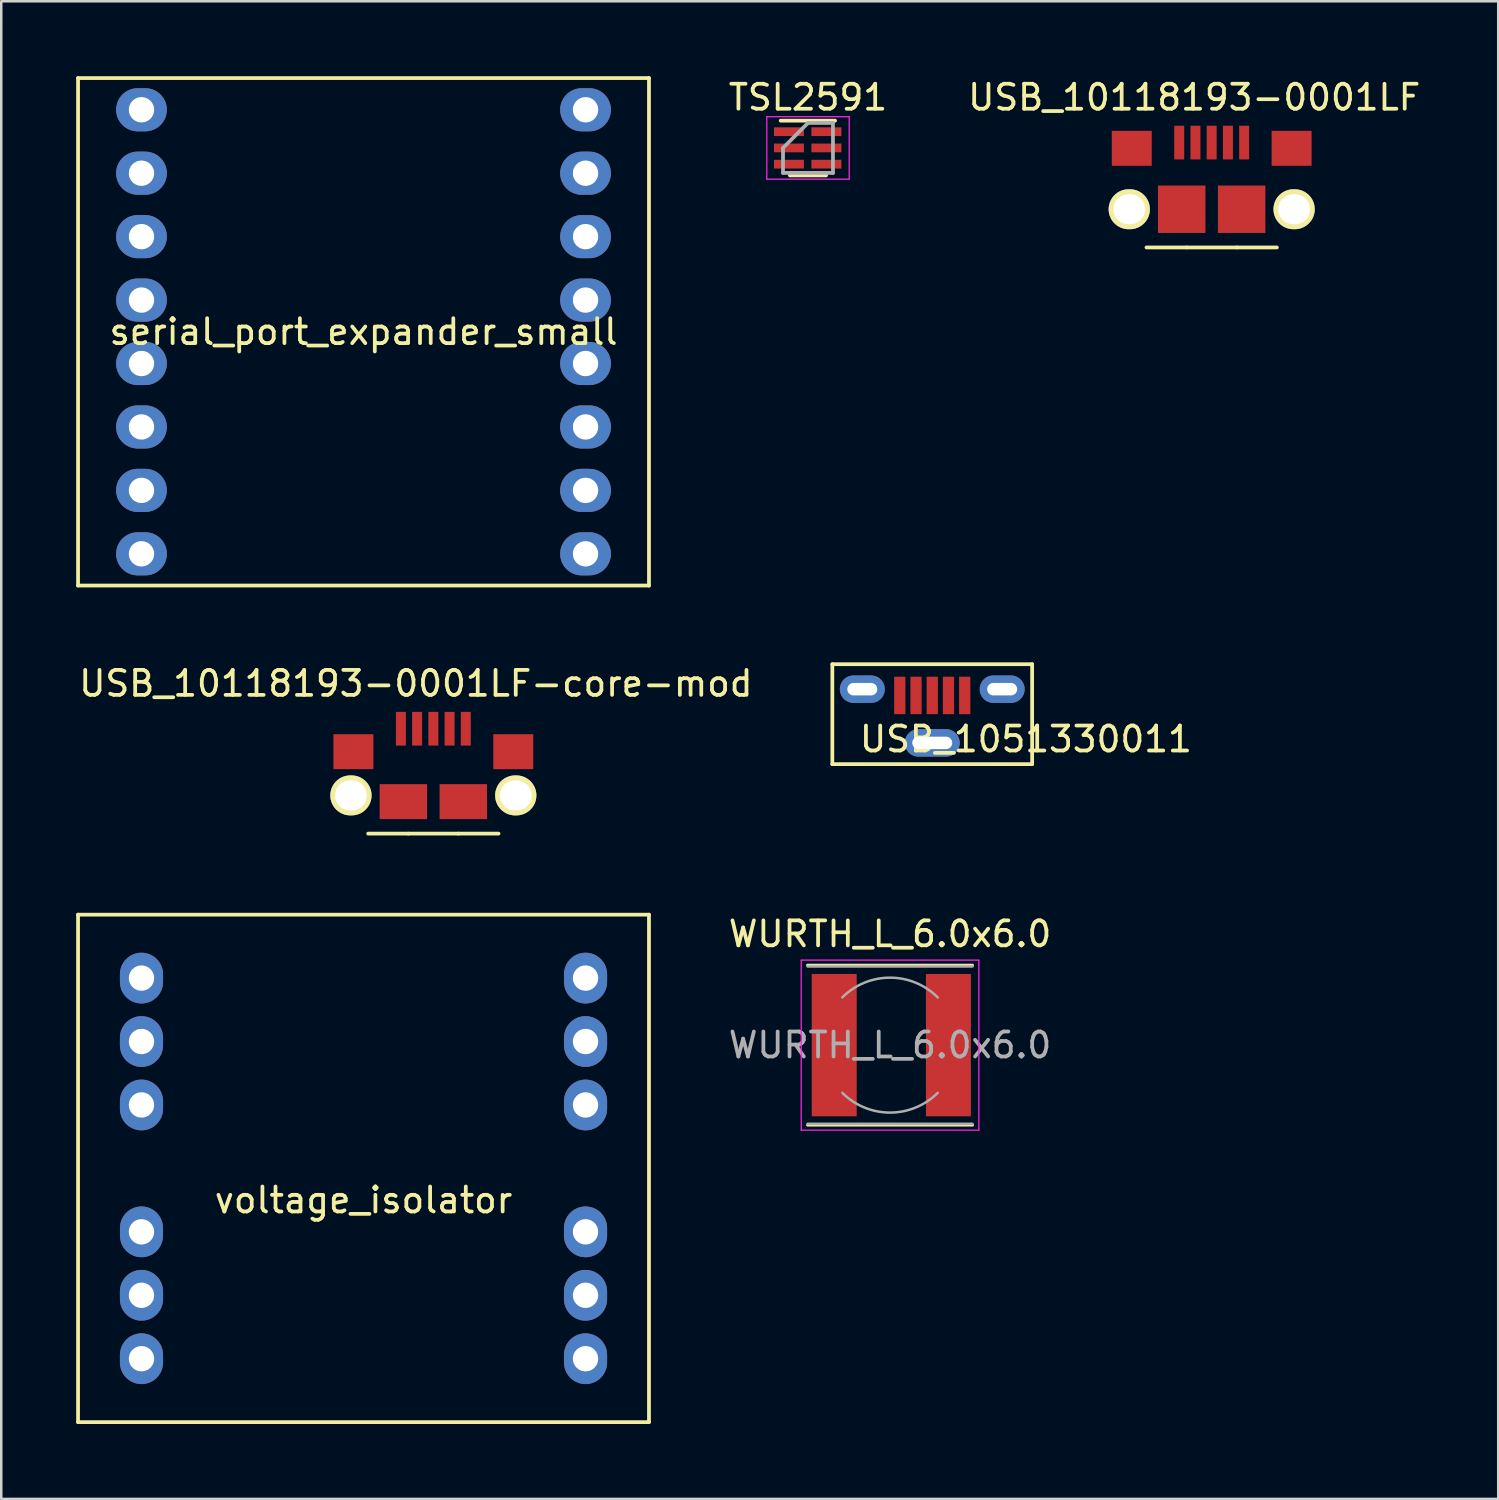
<source format=kicad_pcb>
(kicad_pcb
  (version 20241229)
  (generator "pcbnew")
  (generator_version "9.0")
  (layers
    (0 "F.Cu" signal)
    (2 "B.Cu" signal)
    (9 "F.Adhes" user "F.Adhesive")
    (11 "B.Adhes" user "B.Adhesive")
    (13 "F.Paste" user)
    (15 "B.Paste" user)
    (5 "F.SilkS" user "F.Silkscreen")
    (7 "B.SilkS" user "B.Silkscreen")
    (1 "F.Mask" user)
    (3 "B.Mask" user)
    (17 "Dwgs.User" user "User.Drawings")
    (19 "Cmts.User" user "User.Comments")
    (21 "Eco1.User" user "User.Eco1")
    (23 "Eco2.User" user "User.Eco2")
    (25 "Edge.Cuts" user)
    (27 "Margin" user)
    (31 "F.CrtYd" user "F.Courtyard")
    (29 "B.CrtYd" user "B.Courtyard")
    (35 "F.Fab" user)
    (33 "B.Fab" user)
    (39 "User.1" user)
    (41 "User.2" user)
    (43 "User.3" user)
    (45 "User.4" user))
  (footprint "serial_port_expander_small"
    (layer "F.Cu")
    (at 10.235 8.965)
    (property "Reference" "serial_port_expander_small" (at 1.27 1.27 0) (layer "F.SilkS") (effects (font (size 1 1) (thickness 0.15))))
    (attr through_hole)
    (fp_line (start -10.16 -8.89) (end -10.16 11.43) (stroke (width 0.15) (type solid)) (layer "F.SilkS"))
    (fp_line (start -10.16 11.43) (end 12.7 11.43) (stroke (width 0.15) (type solid)) (layer "F.SilkS"))
    (fp_line (start 12.7 -8.89) (end -10.16 -8.89) (stroke (width 0.15) (type solid)) (layer "F.SilkS"))
    (fp_line (start 12.7 11.43) (end 12.7 -8.89) (stroke (width 0.15) (type solid)) (layer "F.SilkS"))
    (pad "1" thru_hole oval (at -7.62 -7.62 270) (size 1.727 2.032) (drill 1.016) (layers "*.Cu" "*.Mask"))
    (pad "2" thru_hole oval (at -7.62 7.62 90) (size 1.727 2.032) (drill 1.016) (layers "*.Cu" "*.Mask"))
    (pad "3" thru_hole oval (at -7.62 -2.54 90) (size 1.727 2.032) (drill 1.016) (layers "*.Cu" "*.Mask"))
    (pad "4" thru_hole oval (at -7.62 -5.08 90) (size 1.727 2.032) (drill 1.016) (layers "*.Cu" "*.Mask"))
    (pad "5" thru_hole oval (at -7.62 0 90) (size 1.727 2.032) (drill 1.016) (layers "*.Cu" "*.Mask"))
    (pad "6" thru_hole oval (at -7.62 2.54 90) (size 1.727 2.032) (drill 1.016) (layers "*.Cu" "*.Mask"))
    (pad "7" thru_hole oval (at -7.62 5.08 90) (size 1.727 2.032) (drill 1.016) (layers "*.Cu" "*.Mask"))
    (pad "8" thru_hole oval (at 10.16 -5.08 90) (size 1.727 2.032) (drill 1.016) (layers "*.Cu" "*.Mask"))
    (pad "9" thru_hole oval (at 10.16 -7.62 90) (size 1.727 2.032) (drill 1.016) (layers "*.Cu" "*.Mask"))
    (pad "10" thru_hole oval (at 10.16 0 90) (size 1.727 2.032) (drill 1.016) (layers "*.Cu" "*.Mask"))
    (pad "11" thru_hole oval (at 10.16 -2.54 90) (size 1.727 2.032) (drill 1.016) (layers "*.Cu" "*.Mask"))
    (pad "12" thru_hole oval (at 10.16 5.08 90) (size 1.727 2.032) (drill 1.016) (layers "*.Cu" "*.Mask"))
    (pad "13" thru_hole oval (at 10.16 2.54 90) (size 1.727 2.032) (drill 1.016) (layers "*.Cu" "*.Mask"))
    (pad "14" thru_hole oval (at 10.16 10.16 90) (size 1.727 2.032) (drill 1.016) (layers "*.Cu" "*.Mask"))
    (pad "15" thru_hole oval (at 10.16 7.62 90) (size 1.727 2.032) (drill 1.016) (layers "*.Cu" "*.Mask"))
    (pad "~" thru_hole oval (at -7.62 10.16 90) (size 1.727 2.032) (drill 1.016) (layers "*.Cu" "*.Mask")))
  (footprint "voltage_isolator"
    (layer "F.Cu")
    (at 10.235 43.733)
    (property "Reference" "voltage_isolator" (at 1.27 1.27 0) (layer "F.SilkS") (effects (font (size 1 1) (thickness 0.15))))
    (attr through_hole)
    (fp_line (start -10.16 -10.16) (end -10.16 10.16) (stroke (width 0.15) (type solid)) (layer "F.SilkS"))
    (fp_line (start -10.16 10.16) (end 12.7 10.16) (stroke (width 0.15) (type solid)) (layer "F.SilkS"))
    (fp_line (start 12.7 -10.16) (end -10.16 -10.16) (stroke (width 0.15) (type solid)) (layer "F.SilkS"))
    (fp_line (start 12.7 10.16) (end 12.7 -10.16) (stroke (width 0.15) (type solid)) (layer "F.SilkS"))
    (pad "1" thru_hole oval (at -7.62 2.54) (size 1.722 2.032) (drill 1.016) (layers "*.Cu" "*.Mask"))
    (pad "2" thru_hole oval (at -7.62 -2.54) (size 1.727 2.032) (drill 1.016) (layers "*.Cu" "*.Mask"))
    (pad "3" thru_hole oval (at -7.62 7.62) (size 1.727 2.032) (drill 1.016) (layers "*.Cu" "*.Mask"))
    (pad "4" thru_hole oval (at -7.62 5.08) (size 1.727 2.032) (drill 1.016) (layers "*.Cu" "*.Mask"))
    (pad "5" thru_hole oval (at -7.62 -5.08) (size 1.727 2.032) (drill 1.016) (layers "*.Cu" "*.Mask"))
    (pad "6" thru_hole oval (at -7.62 -7.62) (size 1.727 2.032) (drill 1.016) (layers "*.Cu" "*.Mask"))
    (pad "7" thru_hole oval (at 10.16 2.54) (size 1.727 2.032) (drill 1.016) (layers "*.Cu" "*.Mask"))
    (pad "8" thru_hole oval (at 10.16 -2.54) (size 1.727 2.032) (drill 1.016) (layers "*.Cu" "*.Mask"))
    (pad "9" thru_hole oval (at 10.16 7.62) (size 1.727 2.032) (drill 1.016) (layers "*.Cu" "*.Mask"))
    (pad "10" thru_hole oval (at 10.16 5.08) (size 1.727 2.032) (drill 1.016) (layers "*.Cu" "*.Mask"))
    (pad "11" thru_hole oval (at 10.16 -5.08) (size 1.727 2.032) (drill 1.016) (layers "*.Cu" "*.Mask"))
    (pad "12" thru_hole oval (at 10.16 -7.62) (size 1.727 2.032) (drill 1.016) (layers "*.Cu" "*.Mask")))
  (footprint "WURTH_L_6.0x6.0"
    (layer "F.Cu")
    (at 32.587 38.797)
    (property "Reference" "WURTH_L_6.0x6.0" (at 0 -4.45 0) (layer "F.SilkS") (effects (font (size 1 1) (thickness 0.15))))
    (attr smd)
    (fp_line (start -3.3 -3.2) (end 3.3 -3.2) (stroke (width 0.12) (type solid)) (layer "F.SilkS"))
    (fp_line (start 3.3 3.2) (end -3.3 3.2) (stroke (width 0.12) (type solid)) (layer "F.SilkS"))
    (fp_line (start -3.556 -3.4) (end -3.556 3.4) (stroke (width 0.05) (type solid)) (layer "F.CrtYd"))
    (fp_line (start -3.556 3.404) (end 3.556 3.404) (stroke (width 0.05) (type solid)) (layer "F.CrtYd"))
    (fp_line (start 3.556 -3.404) (end -3.556 -3.404) (stroke (width 0.05) (type solid)) (layer "F.CrtYd"))
    (fp_line (start 3.556 3.404) (end 3.556 -3.396) (stroke (width 0.05) (type solid)) (layer "F.CrtYd"))
    (fp_line (start -3.302 -3.15) (end 3.302 -3.15) (stroke (width 0.1) (type solid)) (layer "F.Fab"))
    (fp_line (start -3.302 3.15) (end 3.302 3.15) (stroke (width 0.1) (type solid)) (layer "F.Fab"))
    (fp_arc (start -1.91 -1.91) (mid 0 -2.701148) (end 1.91 -1.91) (stroke (width 0.1) (type solid)) (layer "F.Fab"))
    (fp_arc (start 1.91 1.91) (mid 0 2.701148) (end -1.91 1.91) (stroke (width 0.1) (type solid)) (layer "F.Fab"))
    (fp_text user "${REFERENCE}" (at 0 0 0) (layer "F.Fab") (effects (font (size 1 1) (thickness 0.15))))
    (pad "1" smd rect (at -2.235 0) (size 1.8 5.7) (layers "F.Cu" "F.Mask" "F.Paste"))
    (pad "2" smd rect (at 2.337 0) (size 1.8 5.7) (layers "F.Cu" "F.Mask" "F.Paste")))
  (footprint "TSL2591"
    (layer "F.Cu")
    (at 29.302 2.873)
    (property "Reference" "TSL2591" (at 0 -2.025 0) (layer "F.SilkS") (effects (font (size 1 1) (thickness 0.15))))
    (attr smd)
    (fp_line (start -1.092 -1.092) (end 1.083 -1.092) (stroke (width 0.15) (type solid)) (layer "F.SilkS"))
    (fp_line (start -0.725 1.1) (end 0.725 1.1) (stroke (width 0.15) (type solid)) (layer "F.SilkS"))
    (fp_line (start -1.65 -1.25) (end -1.65 1.25) (stroke (width 0.05) (type solid)) (layer "F.CrtYd"))
    (fp_line (start -1.65 -1.25) (end 1.65 -1.25) (stroke (width 0.05) (type solid)) (layer "F.CrtYd"))
    (fp_line (start -1.65 1.25) (end 1.65 1.25) (stroke (width 0.05) (type solid)) (layer "F.CrtYd"))
    (fp_line (start 1.65 -1.25) (end 1.65 1.25) (stroke (width 0.05) (type solid)) (layer "F.CrtYd"))
    (fp_line (start -1 0) (end 0 -1) (stroke (width 0.15) (type solid)) (layer "F.Fab"))
    (fp_line (start -1 1) (end -1 0) (stroke (width 0.15) (type solid)) (layer "F.Fab"))
    (fp_line (start 0 -1) (end 1 -1) (stroke (width 0.15) (type solid)) (layer "F.Fab"))
    (fp_line (start 1 -1) (end 1 1) (stroke (width 0.15) (type solid)) (layer "F.Fab"))
    (fp_line (start 1 1) (end -1 1) (stroke (width 0.15) (type solid)) (layer "F.Fab"))
    (pad "1" smd rect (at -0.763 -0.65) (size 1.2 0.35) (layers "F.Cu" "F.Mask" "F.Paste"))
    (pad "2" smd rect (at -0.763 0) (size 1.2 0.35) (layers "F.Cu" "F.Mask" "F.Paste"))
    (pad "3" smd rect (at -0.763 0.65) (size 1.2 0.35) (layers "F.Cu" "F.Mask" "F.Paste"))
    (pad "4" smd rect (at 0.737 0.65) (size 1.2 0.35) (layers "F.Cu" "F.Mask" "F.Paste"))
    (pad "5" smd rect (at 0.737 0) (size 1.2 0.35) (layers "F.Cu" "F.Mask" "F.Paste"))
    (pad "6" smd rect (at 0.737 -0.65) (size 1.2 0.35) (layers "F.Cu" "F.Mask" "F.Paste")))
  (footprint "USB_1051330011"
    (layer "F.Cu")
    (at 34.277 24.545)
    (property "Reference" "USB_1051330011" (at 3.75 2 0) (layer "F.SilkS") (effects (font (size 1 1) (thickness 0.15))))
    (attr through_hole)
    (fp_line (start -4 -1) (end -4 3) (stroke (width 0.15) (type solid)) (layer "F.SilkS"))
    (fp_line (start -4 3) (end 4 3) (stroke (width 0.15) (type solid)) (layer "F.SilkS"))
    (fp_line (start 4 -1) (end -4 -1) (stroke (width 0.15) (type solid)) (layer "F.SilkS"))
    (fp_line (start 4 3) (end 4 -1) (stroke (width 0.15) (type solid)) (layer "F.SilkS"))
    (pad "1" smd rect (at -1.3 0.25) (size 0.45 1.5) (layers "F.Cu" "F.Mask" "F.Paste"))
    (pad "2" smd rect (at -0.65 0.25) (size 0.45 1.5) (layers "F.Cu" "F.Mask" "F.Paste"))
    (pad "3" smd rect (at 0 0.25) (size 0.45 1.5) (layers "F.Cu" "F.Mask" "F.Paste"))
    (pad "4" smd rect (at 0.65 0.25) (size 0.45 1.5) (layers "F.Cu" "F.Mask" "F.Paste"))
    (pad "5" smd rect (at 1.3 0.25) (size 0.45 1.5) (layers "F.Cu" "F.Mask" "F.Paste"))
    (pad "6" thru_hole oval (at -2.8 0) (size 1.8 1.1) (drill oval 1.2 0.5) (layers "*.Cu" "*.Mask"))
    (pad "7" thru_hole oval (at 2.8 0) (size 1.8 1.1) (drill oval 1.2 0.5) (layers "*.Cu" "*.Mask"))
    (pad "8" thru_hole oval (at 0 2.15) (size 2.2 1.1) (drill oval 1.6 0.5) (layers "*.Cu" "*.Mask")))
  (footprint "USB_10118193-0001LF-core-mod"
    (layer "F.Cu")
    (at 14.301 30.248)
    (property "Reference" "USB_10118193-0001LF-core-mod" (at -0.7 -5.93 0) (layer "F.SilkS") (effects (font (size 1 1) (thickness 0.15))))
    (attr through_hole)
    (fp_line (start -1.01 0.08) (end -2.61 0.08) (stroke (width 0.15) (type solid)) (layer "F.SilkS"))
    (fp_line (start 1 0.08) (end -1 0.08) (stroke (width 0.15) (type solid)) (layer "F.SilkS"))
    (fp_line (start 2.61 0.08) (end 1.01 0.08) (stroke (width 0.15) (type solid)) (layer "F.SilkS"))
    (pad "" thru_hole oval (at -3.3 -1.45) (size 1.651 1.6) (drill oval 1.27 1.2) (layers "*.Cu" "*.Mask" "F.SilkS"))
    (pad "" thru_hole oval (at 3.3 -1.45) (size 1.651 1.6) (drill oval 1.27 1.2) (layers "*.Cu" "*.Mask" "F.SilkS"))
    (pad "1" smd rect (at -1.3 -4.12) (size 0.4 1.35) (layers "F.Cu" "F.Mask" "F.Paste"))
    (pad "2" smd rect (at -0.65 -4.12) (size 0.4 1.35) (layers "F.Cu" "F.Mask" "F.Paste"))
    (pad "3" smd rect (at 0 -4.12) (size 0.4 1.35) (layers "F.Cu" "F.Mask" "F.Paste"))
    (pad "4" smd rect (at 0.65 -4.12) (size 0.4 1.35) (layers "F.Cu" "F.Mask" "F.Paste"))
    (pad "5" smd rect (at 1.3 -4.12) (size 0.4 1.35) (layers "F.Cu" "F.Mask" "F.Paste"))
    (pad "6" smd rect (at -3.2 -3.2) (size 1.6 1.4) (layers "F.Cu" "F.Mask" "F.Paste"))
    (pad "7" smd rect (at 3.2 -3.2) (size 1.6 1.4) (layers "F.Cu" "F.Mask" "F.Paste"))
    (pad "8" smd rect (at -1.2 -1.2) (size 1.9 1.4) (layers "F.Cu" "F.Mask" "F.Paste"))
    (pad "9" smd rect (at 1.2 -1.2) (size 1.9 1.4) (layers "F.Cu" "F.Mask" "F.Paste")))
  (footprint "USB_10118193-0001LF"
    (layer "F.Cu")
    (at 45.466 6.778)
    (property "Reference" "USB_10118193-0001LF" (at -0.7 -5.93 0) (layer "F.SilkS") (effects (font (size 1 1) (thickness 0.15))))
    (attr through_hole)
    (fp_line (start -1.01 0.08) (end -2.61 0.08) (stroke (width 0.15) (type solid)) (layer "F.SilkS"))
    (fp_line (start 1 0.08) (end -1 0.08) (stroke (width 0.15) (type solid)) (layer "F.SilkS"))
    (fp_line (start 2.61 0.08) (end 1.01 0.08) (stroke (width 0.15) (type solid)) (layer "F.SilkS"))
    (pad "" thru_hole oval (at -3.3 -1.45) (size 1.651 1.6) (drill oval 1.27 1.2) (layers "*.Cu" "*.Mask" "F.SilkS"))
    (pad "" thru_hole oval (at 3.3 -1.45) (size 1.651 1.6) (drill oval 1.27 1.2) (layers "*.Cu" "*.Mask" "F.SilkS"))
    (pad "1" smd rect (at -1.3 -4.12) (size 0.4 1.35) (layers "F.Cu" "F.Mask" "F.Paste"))
    (pad "2" smd rect (at -0.65 -4.12) (size 0.4 1.35) (layers "F.Cu" "F.Mask" "F.Paste"))
    (pad "3" smd rect (at 0 -4.12) (size 0.4 1.35) (layers "F.Cu" "F.Mask" "F.Paste"))
    (pad "4" smd rect (at 0.65 -4.12) (size 0.4 1.35) (layers "F.Cu" "F.Mask" "F.Paste"))
    (pad "5" smd rect (at 1.3 -4.12) (size 0.4 1.35) (layers "F.Cu" "F.Mask" "F.Paste"))
    (pad "6" smd rect (at -3.2 -3.89) (size 1.6 1.4) (layers "F.Cu" "F.Mask" "F.Paste"))
    (pad "7" smd rect (at 3.2 -3.89) (size 1.6 1.4) (layers "F.Cu" "F.Mask" "F.Paste"))
    (pad "8" smd rect (at -1.2 -1.45) (size 1.9 1.9) (layers "F.Cu" "F.Mask" "F.Paste"))
    (pad "9" smd rect (at 1.2 -1.45) (size 1.9 1.9) (layers "F.Cu" "F.Mask" "F.Paste")))
  (gr_rect
    (start -3 -3)
    (end 56.939 56.968)
    (stroke (width 0.1) (type default))
    (fill no)
    (layer "Edge.Cuts")))
</source>
